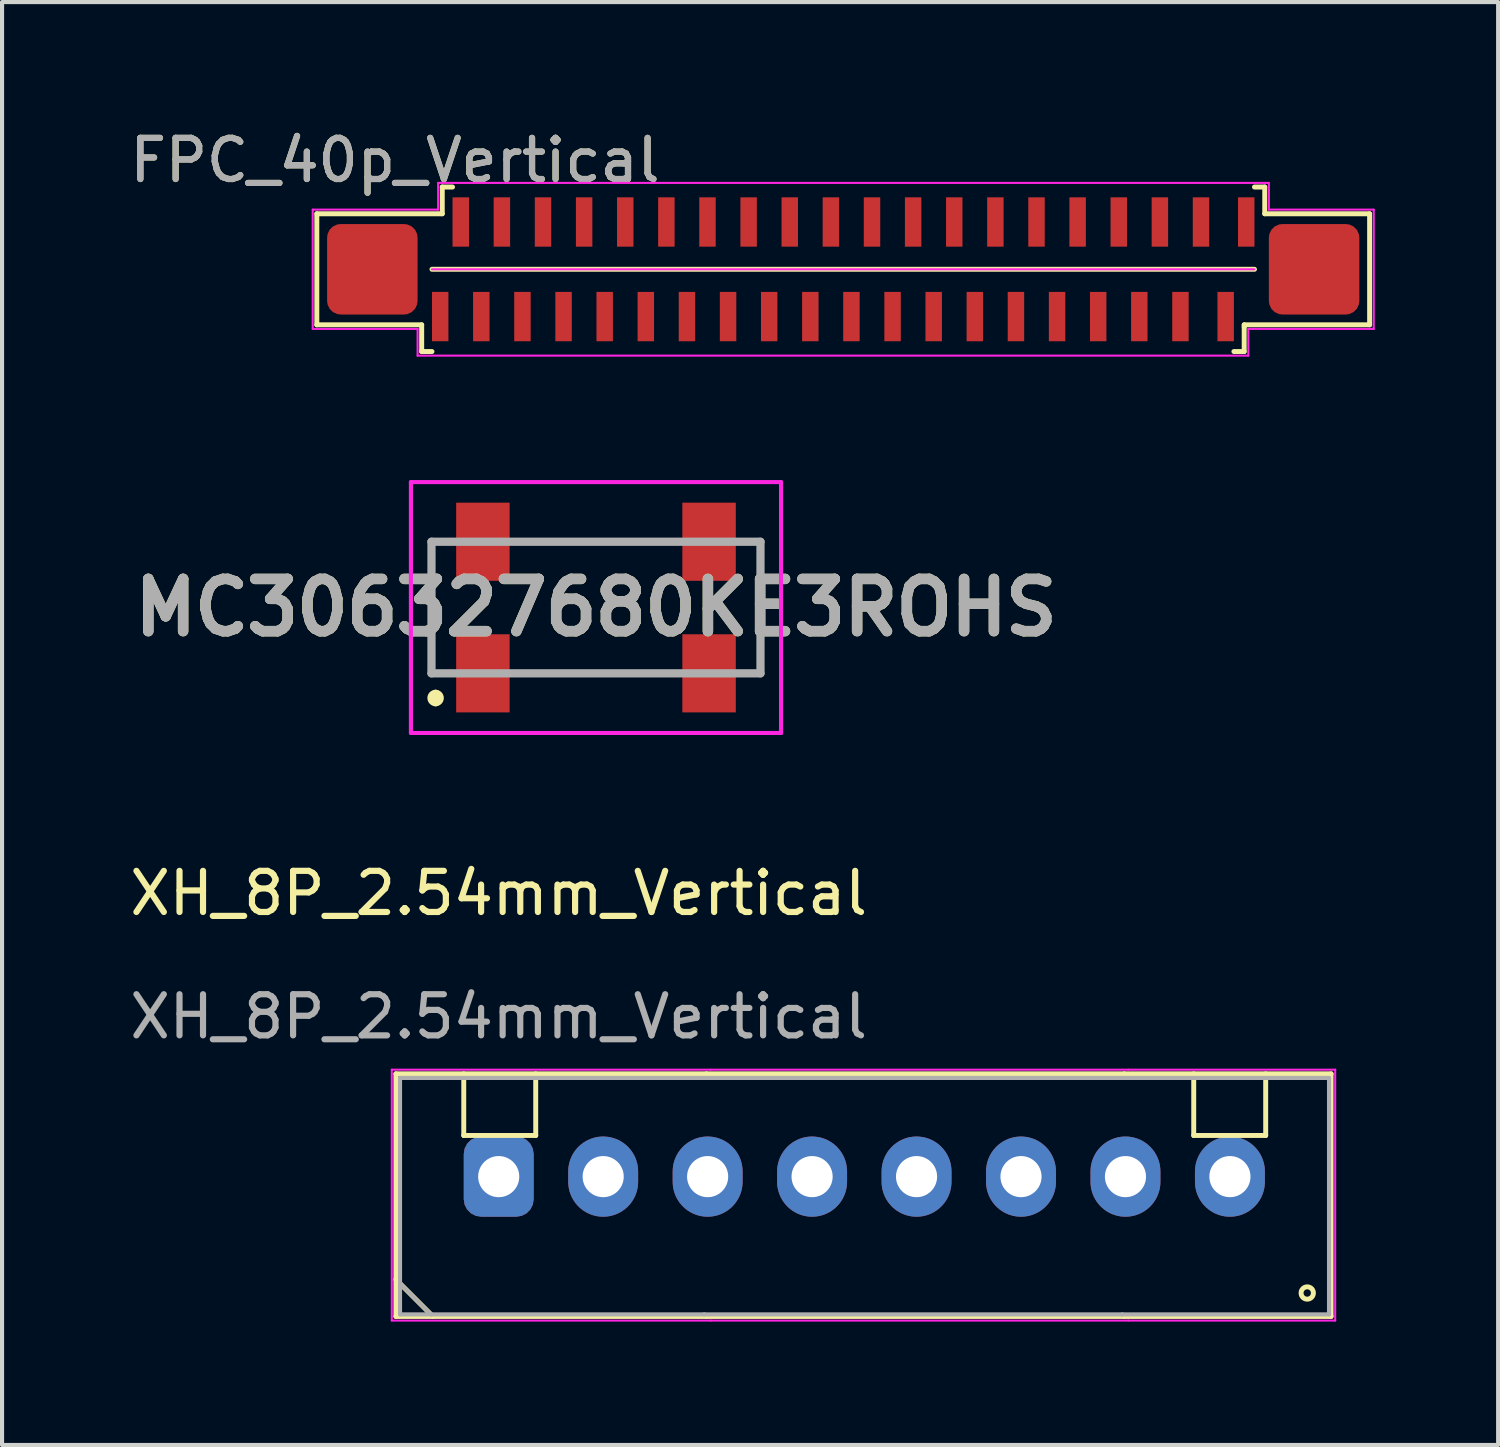
<source format=kicad_pcb>
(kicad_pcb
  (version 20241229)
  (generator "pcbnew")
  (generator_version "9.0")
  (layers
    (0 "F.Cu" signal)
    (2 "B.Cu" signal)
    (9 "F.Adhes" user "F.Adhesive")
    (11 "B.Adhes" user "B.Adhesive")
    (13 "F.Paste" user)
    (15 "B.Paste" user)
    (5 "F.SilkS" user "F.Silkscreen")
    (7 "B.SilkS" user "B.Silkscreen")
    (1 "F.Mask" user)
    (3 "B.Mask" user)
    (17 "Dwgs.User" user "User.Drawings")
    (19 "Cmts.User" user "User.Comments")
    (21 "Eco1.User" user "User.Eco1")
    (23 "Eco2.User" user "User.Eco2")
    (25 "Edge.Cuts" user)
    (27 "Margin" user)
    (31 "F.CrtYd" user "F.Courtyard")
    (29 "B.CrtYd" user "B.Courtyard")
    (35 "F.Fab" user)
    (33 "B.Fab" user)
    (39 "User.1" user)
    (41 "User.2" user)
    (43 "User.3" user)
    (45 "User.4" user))
  (footprint "MC306327680KE3ROHS"
    (layer "F.Cu")
    (at 11.442 11.723)
    (property "Reference" "MC306327680KE3ROHS" (at 0 0 0) (layer "F.SilkS") (effects (font (size 1.27 1.27) (thickness 0.254))))
    (attr smd)
    (fp_line (start -4 -1.6) (end -4 1.6) (stroke (width 0.1) (type solid)) (layer "F.SilkS"))
    (fp_line (start -3.9 2.1) (end -3.9 2.1) (stroke (width 0.2) (type solid)) (layer "F.SilkS"))
    (fp_line (start -3.9 2.3) (end -3.9 2.3) (stroke (width 0.2) (type solid)) (layer "F.SilkS"))
    (fp_line (start -1.5 -1.6) (end 1.5 -1.6) (stroke (width 0.1) (type solid)) (layer "F.SilkS"))
    (fp_line (start -1.5 1.6) (end 1.5 1.6) (stroke (width 0.1) (type solid)) (layer "F.SilkS"))
    (fp_line (start 4 -1.6) (end 4 1.6) (stroke (width 0.1) (type solid)) (layer "F.SilkS"))
    (fp_arc (start -3.9 2.1) (mid -3.8 2.2) (end -3.9 2.3) (stroke (width 0.2) (type solid)) (layer "F.SilkS"))
    (fp_arc (start -3.9 2.3) (mid -4 2.2) (end -3.9 2.1) (stroke (width 0.2) (type solid)) (layer "F.SilkS"))
    (fp_line (start -4.5 -3.05) (end 4.5 -3.05) (stroke (width 0.1) (type solid)) (layer "F.CrtYd"))
    (fp_line (start -4.5 3.05) (end -4.5 -3.05) (stroke (width 0.1) (type solid)) (layer "F.CrtYd"))
    (fp_line (start 4.5 -3.05) (end 4.5 3.05) (stroke (width 0.1) (type solid)) (layer "F.CrtYd"))
    (fp_line (start 4.5 3.05) (end -4.5 3.05) (stroke (width 0.1) (type solid)) (layer "F.CrtYd"))
    (fp_line (start -4 -1.6) (end 4 -1.6) (stroke (width 0.2) (type solid)) (layer "F.Fab"))
    (fp_line (start -4 1.6) (end -4 -1.6) (stroke (width 0.2) (type solid)) (layer "F.Fab"))
    (fp_line (start 4 -1.6) (end 4 1.6) (stroke (width 0.2) (type solid)) (layer "F.Fab"))
    (fp_line (start 4 1.6) (end -4 1.6) (stroke (width 0.2) (type solid)) (layer "F.Fab"))
    (fp_text user "${REFERENCE}" (at 0 0 0) (layer "F.Fab") (effects (font (size 1.27 1.27) (thickness 0.254))))
    (pad "1" smd rect (at -2.75 1.6) (size 1.3 1.9) (layers "F.Cu" "F.Mask" "F.Paste"))
    (pad "2" smd rect (at 2.75 1.6) (size 1.3 1.9) (layers "F.Cu" "F.Mask" "F.Paste"))
    (pad "3" smd rect (at 2.75 -1.6) (size 1.3 1.9) (layers "F.Cu" "F.Mask" "F.Paste"))
    (pad "4" smd rect (at -2.75 -1.6) (size 1.3 1.9) (layers "F.Cu" "F.Mask" "F.Paste")))
  (footprint "FPC_40p_Vertical"
    (layer "F.Cu")
    (at 7.654 4.648)
    (property "Reference" "FPC_40p_Vertical" (at -1.1 -3.8 0) (unlocked yes) (layer "F.SilkS") (effects (font (size 1 1) (thickness 0.15))))
    (attr smd)
    (fp_line (start -3 -2.5) (end 0.05 -2.5) (stroke (width 0.12) (type solid)) (layer "F.SilkS"))
    (fp_line (start -3 0.2) (end -3 -2.5) (stroke (width 0.12) (type solid)) (layer "F.SilkS"))
    (fp_line (start -0.45 0.2) (end -3 0.2) (stroke (width 0.12) (type solid)) (layer "F.SilkS"))
    (fp_line (start -0.45 0.85) (end -0.45 0.2) (stroke (width 0.12) (type solid)) (layer "F.SilkS"))
    (fp_line (start -0.45 0.85) (end -0.2 0.85) (stroke (width 0.12) (type solid)) (layer "F.SilkS"))
    (fp_line (start -0.2 -1.15) (end 19.8 -1.15) (stroke (width 0.12) (type solid)) (layer "F.SilkS"))
    (fp_line (start 0.05 -3.15) (end 0.3 -3.15) (stroke (width 0.12) (type solid)) (layer "F.SilkS"))
    (fp_line (start 0.05 -2.5) (end 0.05 -3.15) (stroke (width 0.12) (type solid)) (layer "F.SilkS"))
    (fp_line (start 19.55 0.2) (end 22.6 0.2) (stroke (width 0.12) (type solid)) (layer "F.SilkS"))
    (fp_line (start 19.55 0.25) (end 19.55 0.2) (stroke (width 0.12) (type solid)) (layer "F.SilkS"))
    (fp_line (start 19.55 0.85) (end 19.3 0.85) (stroke (width 0.12) (type solid)) (layer "F.SilkS"))
    (fp_line (start 19.55 0.85) (end 19.55 0.25) (stroke (width 0.12) (type solid)) (layer "F.SilkS"))
    (fp_line (start 20.05 -3.15) (end 19.8 -3.15) (stroke (width 0.12) (type solid)) (layer "F.SilkS"))
    (fp_line (start 20.05 -2.5) (end 20.05 -3.15) (stroke (width 0.12) (type solid)) (layer "F.SilkS"))
    (fp_line (start 22.6 -2.5) (end 20.05 -2.5) (stroke (width 0.12) (type solid)) (layer "F.SilkS"))
    (fp_line (start 22.6 0.2) (end 22.6 -2.5) (stroke (width 0.12) (type solid)) (layer "F.SilkS"))
    (fp_line (start -3.1 -2.6) (end -0.05 -2.6) (stroke (width 0.05) (type solid)) (layer "F.CrtYd"))
    (fp_line (start -3.1 0.3) (end -3.1 -2.6) (stroke (width 0.05) (type solid)) (layer "F.CrtYd"))
    (fp_line (start -0.55 0.3) (end -3.1 0.3) (stroke (width 0.05) (type solid)) (layer "F.CrtYd"))
    (fp_line (start -0.55 0.95) (end -0.55 0.3) (stroke (width 0.05) (type solid)) (layer "F.CrtYd"))
    (fp_line (start -0.2 -1.15) (end 19.8 -1.15) (stroke (width 0.05) (type solid)) (layer "F.CrtYd"))
    (fp_line (start -0.05 -3.25) (end 20.15 -3.25) (stroke (width 0.05) (type solid)) (layer "F.CrtYd"))
    (fp_line (start -0.05 -2.6) (end -0.05 -3.25) (stroke (width 0.05) (type solid)) (layer "F.CrtYd"))
    (fp_line (start 19.65 0.3) (end 19.65 0.95) (stroke (width 0.05) (type solid)) (layer "F.CrtYd"))
    (fp_line (start 19.65 0.95) (end -0.55 0.95) (stroke (width 0.05) (type solid)) (layer "F.CrtYd"))
    (fp_line (start 20.15 -3.25) (end 20.15 -2.6) (stroke (width 0.05) (type solid)) (layer "F.CrtYd"))
    (fp_line (start 20.15 -2.6) (end 22.7 -2.6) (stroke (width 0.05) (type solid)) (layer "F.CrtYd"))
    (fp_line (start 22.7 -2.6) (end 22.7 0.3) (stroke (width 0.05) (type solid)) (layer "F.CrtYd"))
    (fp_line (start 22.7 0.3) (end 19.65 0.3) (stroke (width 0.05) (type solid)) (layer "F.CrtYd"))
    (fp_text user "${REFERENCE}" (at -1.1 -3.8 0) (unlocked yes) (layer "F.Fab") (effects (font (size 1 1) (thickness 0.15))))
    (pad "1" smd rect (at 0 0 90) (size 1.2 0.4) (layers "F.Cu" "F.Mask" "F.Paste"))
    (pad "2" smd rect (at 0.5 -2.3 90) (size 1.2 0.4) (layers "F.Cu" "F.Mask" "F.Paste"))
    (pad "3" smd rect (at 1 0 90) (size 1.2 0.4) (layers "F.Cu" "F.Mask" "F.Paste"))
    (pad "4" smd rect (at 1.5 -2.3 90) (size 1.2 0.4) (layers "F.Cu" "F.Mask" "F.Paste"))
    (pad "5" smd rect (at 2 0 90) (size 1.2 0.4) (layers "F.Cu" "F.Mask" "F.Paste"))
    (pad "6" smd rect (at 2.5 -2.3 90) (size 1.2 0.4) (layers "F.Cu" "F.Mask" "F.Paste"))
    (pad "7" smd rect (at 3 0 90) (size 1.2 0.4) (layers "F.Cu" "F.Mask" "F.Paste"))
    (pad "8" smd rect (at 3.5 -2.3 90) (size 1.2 0.4) (layers "F.Cu" "F.Mask" "F.Paste"))
    (pad "9" smd rect (at 4 0 90) (size 1.2 0.4) (layers "F.Cu" "F.Mask" "F.Paste"))
    (pad "10" smd rect (at 4.5 -2.3 90) (size 1.2 0.4) (layers "F.Cu" "F.Mask" "F.Paste"))
    (pad "11" smd rect (at 5 0 90) (size 1.2 0.4) (layers "F.Cu" "F.Mask" "F.Paste"))
    (pad "12" smd rect (at 5.5 -2.3 90) (size 1.2 0.4) (layers "F.Cu" "F.Mask" "F.Paste"))
    (pad "13" smd rect (at 6 0 90) (size 1.2 0.4) (layers "F.Cu" "F.Mask" "F.Paste"))
    (pad "14" smd rect (at 6.5 -2.3 90) (size 1.2 0.4) (layers "F.Cu" "F.Mask" "F.Paste"))
    (pad "15" smd rect (at 7 0 90) (size 1.2 0.4) (layers "F.Cu" "F.Mask" "F.Paste"))
    (pad "16" smd rect (at 7.5 -2.3 90) (size 1.2 0.4) (layers "F.Cu" "F.Mask" "F.Paste"))
    (pad "17" smd rect (at 8 0 90) (size 1.2 0.4) (layers "F.Cu" "F.Mask" "F.Paste"))
    (pad "18" smd rect (at 8.5 -2.3 90) (size 1.2 0.4) (layers "F.Cu" "F.Mask" "F.Paste"))
    (pad "19" smd rect (at 9 0 90) (size 1.2 0.4) (layers "F.Cu" "F.Mask" "F.Paste"))
    (pad "20" smd rect (at 9.5 -2.3 90) (size 1.2 0.4) (layers "F.Cu" "F.Mask" "F.Paste"))
    (pad "21" smd rect (at 10 0 90) (size 1.2 0.4) (layers "F.Cu" "F.Mask" "F.Paste"))
    (pad "22" smd rect (at 10.5 -2.3 90) (size 1.2 0.4) (layers "F.Cu" "F.Mask" "F.Paste"))
    (pad "23" smd rect (at 11 0 90) (size 1.2 0.4) (layers "F.Cu" "F.Mask" "F.Paste"))
    (pad "24" smd rect (at 11.5 -2.3 90) (size 1.2 0.4) (layers "F.Cu" "F.Mask" "F.Paste"))
    (pad "25" smd rect (at 12 0 90) (size 1.2 0.4) (layers "F.Cu" "F.Mask" "F.Paste"))
    (pad "26" smd rect (at 12.5 -2.3 90) (size 1.2 0.4) (layers "F.Cu" "F.Mask" "F.Paste"))
    (pad "27" smd rect (at 13 0 90) (size 1.2 0.4) (layers "F.Cu" "F.Mask" "F.Paste"))
    (pad "28" smd rect (at 13.5 -2.3 90) (size 1.2 0.4) (layers "F.Cu" "F.Mask" "F.Paste"))
    (pad "29" smd rect (at 14 0 90) (size 1.2 0.4) (layers "F.Cu" "F.Mask" "F.Paste"))
    (pad "30" smd rect (at 14.5 -2.3 90) (size 1.2 0.4) (layers "F.Cu" "F.Mask" "F.Paste"))
    (pad "31" smd rect (at 15 0 90) (size 1.2 0.4) (layers "F.Cu" "F.Mask" "F.Paste"))
    (pad "32" smd rect (at 15.5 -2.3 90) (size 1.2 0.4) (layers "F.Cu" "F.Mask" "F.Paste"))
    (pad "33" smd rect (at 16 0 90) (size 1.2 0.4) (layers "F.Cu" "F.Mask" "F.Paste"))
    (pad "34" smd rect (at 16.5 -2.3 90) (size 1.2 0.4) (layers "F.Cu" "F.Mask" "F.Paste"))
    (pad "35" smd rect (at 17 0 90) (size 1.2 0.4) (layers "F.Cu" "F.Mask" "F.Paste"))
    (pad "36" smd rect (at 17.5 -2.3 90) (size 1.2 0.4) (layers "F.Cu" "F.Mask" "F.Paste"))
    (pad "37" smd rect (at 18 0 90) (size 1.2 0.4) (layers "F.Cu" "F.Mask" "F.Paste"))
    (pad "38" smd rect (at 18.5 -2.3 90) (size 1.2 0.4) (layers "F.Cu" "F.Mask" "F.Paste"))
    (pad "39" smd rect (at 19.1 0 90) (size 1.2 0.4) (layers "F.Cu" "F.Mask" "F.Paste"))
    (pad "40" smd rect (at 19.6 -2.3 90) (size 1.2 0.4) (layers "F.Cu" "F.Mask" "F.Paste"))
    (pad "41" smd roundrect (at -1.65 -1.15 90) (size 2.2 2.2) (layers "F.Cu" "F.Mask" "F.Paste") (roundrect_rratio 0.15))
    (pad "42" smd roundrect (at 21.25 -1.15 90) (size 2.2 2.2) (layers "F.Cu" "F.Mask" "F.Paste") (roundrect_rratio 0.15)))
  (footprint "XH_8P_2.54mm_Vertical"
    (layer "F.Cu")
    (at 9.077 25.561)
    (property "Reference" "XH_8P_2.54mm_Vertical" (at 0 -6.89 0) (unlocked yes) (layer "F.SilkS") (effects (font (size 1 1) (thickness 0.15))))
    (attr through_hole)
    (fp_line (start -2.5 -2.5) (end 5.05 -2.5) (stroke (width 0.12) (type solid)) (layer "F.SilkS"))
    (fp_line (start -2.5 2.5) (end -1.6 3.4) (stroke (width 0.12) (type solid)) (layer "F.SilkS"))
    (fp_line (start -2.5 3.4) (end -2.5 -2.5) (stroke (width 0.12) (type solid)) (layer "F.SilkS"))
    (fp_line (start -2.5 3.4) (end 5.05 3.4) (stroke (width 0.12) (type solid)) (layer "F.SilkS"))
    (fp_line (start -0.85 -2.5) (end -0.85 -1) (stroke (width 0.12) (type solid)) (layer "F.SilkS"))
    (fp_line (start -0.85 -1) (end 0.9 -1) (stroke (width 0.12) (type solid)) (layer "F.SilkS"))
    (fp_line (start 0.9 -1) (end 0.9 -2.5) (stroke (width 0.12) (type solid)) (layer "F.SilkS"))
    (fp_line (start 5.05 -2.5) (end 15.21 -2.5) (stroke (width 0.12) (type solid)) (layer "F.SilkS"))
    (fp_line (start 5.05 3.4) (end 15.21 3.4) (stroke (width 0.12) (type solid)) (layer "F.SilkS"))
    (fp_line (start 15.21 -2.5) (end 20.24 -2.5) (stroke (width 0.12) (type solid)) (layer "F.SilkS"))
    (fp_line (start 15.21 3.4) (end 20.24 3.4) (stroke (width 0.12) (type solid)) (layer "F.SilkS"))
    (fp_line (start 16.9 -2.5) (end 16.9 -1) (stroke (width 0.12) (type solid)) (layer "F.SilkS"))
    (fp_line (start 16.9 -1) (end 18.65 -1) (stroke (width 0.12) (type solid)) (layer "F.SilkS"))
    (fp_line (start 18.65 -1) (end 18.65 -2.5) (stroke (width 0.12) (type solid)) (layer "F.SilkS"))
    (fp_line (start 20.24 3.4) (end 20.24 -2.5) (stroke (width 0.12) (type solid)) (layer "F.SilkS"))
    (fp_circle (center 19.66 2.83) (end 19.66 2.98) (stroke (width 0.12) (type solid)) (fill no) (layer "F.SilkS"))
    (fp_line (start -2.6 -2.6) (end -2.6 3.5) (stroke (width 0.05) (type solid)) (layer "F.CrtYd"))
    (fp_line (start -2.6 -2.6) (end 5.15 -2.6) (stroke (width 0.05) (type solid)) (layer "F.CrtYd"))
    (fp_line (start -2.6 3.5) (end 5.15 3.5) (stroke (width 0.05) (type solid)) (layer "F.CrtYd"))
    (fp_line (start 5.15 -2.6) (end 15.31 -2.6) (stroke (width 0.05) (type solid)) (layer "F.CrtYd"))
    (fp_line (start 5.15 3.5) (end 15.31 3.5) (stroke (width 0.05) (type solid)) (layer "F.CrtYd"))
    (fp_line (start 15.31 -2.6) (end 20.34 -2.6) (stroke (width 0.05) (type solid)) (layer "F.CrtYd"))
    (fp_line (start 15.31 3.5) (end 20.34 3.5) (stroke (width 0.05) (type solid)) (layer "F.CrtYd"))
    (fp_line (start 20.34 -2.6) (end 20.34 3.5) (stroke (width 0.05) (type solid)) (layer "F.CrtYd"))
    (fp_line (start -2.4 2.6) (end -1.65 3.35) (stroke (width 0.1) (type solid)) (layer "F.Fab"))
    (fp_line (start -2.4 3.35) (end -2.4 -2.4) (stroke (width 0.1) (type solid)) (layer "F.Fab"))
    (fp_line (start 5 -2.4) (end -2.4 -2.4) (stroke (width 0.1) (type solid)) (layer "F.Fab"))
    (fp_line (start 5 -2.4) (end 15.16 -2.4) (stroke (width 0.1) (type solid)) (layer "F.Fab"))
    (fp_line (start 5 3.35) (end -2.4 3.35) (stroke (width 0.1) (type solid)) (layer "F.Fab"))
    (fp_line (start 5 3.35) (end 15.16 3.35) (stroke (width 0.1) (type solid)) (layer "F.Fab"))
    (fp_line (start 15.16 -2.4) (end 20.19 -2.4) (stroke (width 0.1) (type solid)) (layer "F.Fab"))
    (fp_line (start 15.16 3.35) (end 20.19 3.35) (stroke (width 0.1) (type solid)) (layer "F.Fab"))
    (fp_line (start 20.19 3.35) (end 20.19 -2.4) (stroke (width 0.1) (type solid)) (layer "F.Fab"))
    (fp_text user "${REFERENCE}" (at 0 -3.89 0) (unlocked yes) (layer "F.Fab") (effects (font (size 1 1) (thickness 0.15))))
    (pad "1" thru_hole roundrect (at 0 0 90) (size 1.95 1.7) (drill 1) (layers "*.Cu" "*.Mask") (roundrect_rratio 0.25))
    (pad "2" thru_hole oval (at 2.54 0 90) (size 1.95 1.7) (drill 1) (layers "*.Cu" "*.Mask"))
    (pad "3" thru_hole oval (at 5.08 0 90) (size 1.95 1.7) (drill 1) (layers "*.Cu" "*.Mask"))
    (pad "4" thru_hole oval (at 7.62 0 90) (size 1.95 1.7) (drill 1) (layers "*.Cu" "*.Mask"))
    (pad "5" thru_hole oval (at 10.16 0 90) (size 1.95 1.7) (drill 1) (layers "*.Cu" "*.Mask"))
    (pad "6" thru_hole oval (at 12.7 0 90) (size 1.95 1.7) (drill 1) (layers "*.Cu" "*.Mask"))
    (pad "7" thru_hole oval (at 15.24 0 90) (size 1.95 1.7) (drill 1) (layers "*.Cu" "*.Mask"))
    (pad "8" thru_hole oval (at 17.78 0 90) (size 1.95 1.7) (drill 1) (layers "*.Cu" "*.Mask")))
  (gr_rect
    (start -3 -3)
    (end 33.379 32.087)
    (stroke (width 0.1) (type default))
    (fill no)
    (layer "Edge.Cuts")))
</source>
